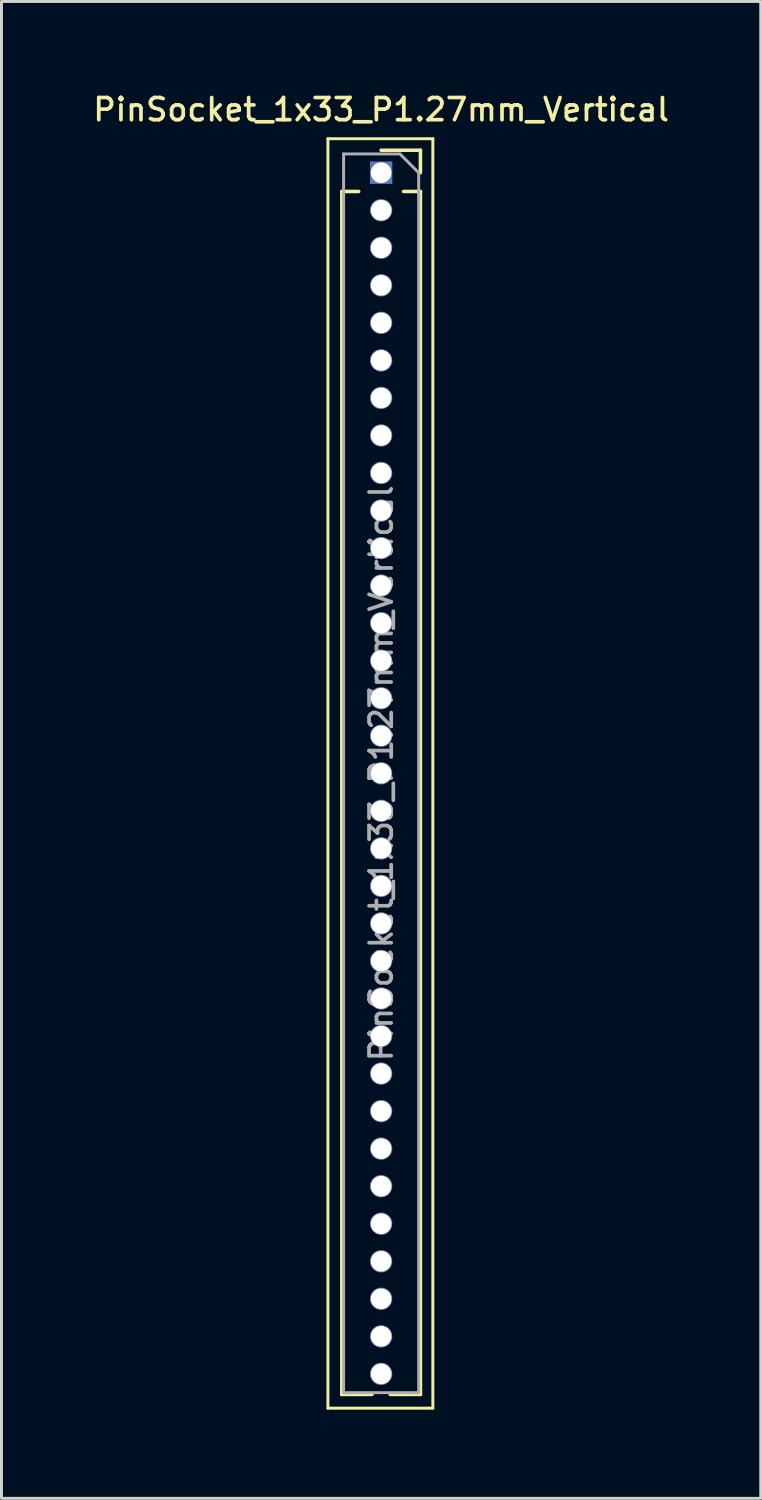
<source format=kicad_pcb>
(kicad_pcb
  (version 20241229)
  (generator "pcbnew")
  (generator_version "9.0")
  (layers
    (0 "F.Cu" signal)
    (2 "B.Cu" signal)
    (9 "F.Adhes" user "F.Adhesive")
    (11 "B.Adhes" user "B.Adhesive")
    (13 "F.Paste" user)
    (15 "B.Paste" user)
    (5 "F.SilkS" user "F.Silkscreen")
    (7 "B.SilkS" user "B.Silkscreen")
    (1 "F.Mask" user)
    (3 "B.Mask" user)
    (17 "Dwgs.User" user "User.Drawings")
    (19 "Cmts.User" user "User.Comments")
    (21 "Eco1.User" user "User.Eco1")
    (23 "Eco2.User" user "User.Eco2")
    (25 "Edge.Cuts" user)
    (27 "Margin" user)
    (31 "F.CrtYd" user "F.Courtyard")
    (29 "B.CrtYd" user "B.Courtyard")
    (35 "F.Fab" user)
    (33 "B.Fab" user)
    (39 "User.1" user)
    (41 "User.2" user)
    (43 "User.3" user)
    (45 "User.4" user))
  (footprint "PinSocket_1x33_P1.27mm_Vertical"
    (layer "F.Cu")
    (at 9.845 2.793)
    (property "Reference" "PinSocket_1x33_P1.27mm_Vertical" (at 0 -2.135 0) (layer "F.SilkS") (effects (font (size 0.75 0.75) (thickness 0.125))))
    (attr through_hole)
    (fp_line (start -1.8 -1.15) (end 1.75 -1.15) (stroke (width 0.1) (type solid)) (layer "F.SilkS"))
    (fp_line (start -1.8 41.8) (end -1.8 -1.15) (stroke (width 0.1) (type solid)) (layer "F.SilkS"))
    (fp_line (start -1.33 0.635) (end -1.33 41.335) (stroke (width 0.12) (type solid)) (layer "F.SilkS"))
    (fp_line (start -1.33 0.635) (end -0.76 0.635) (stroke (width 0.12) (type solid)) (layer "F.SilkS"))
    (fp_line (start -1.33 41.335) (end -0.308 41.335) (stroke (width 0.12) (type solid)) (layer "F.SilkS"))
    (fp_line (start 0 -0.76) (end 1.33 -0.76) (stroke (width 0.12) (type solid)) (layer "F.SilkS"))
    (fp_line (start 0.308 41.335) (end 1.33 41.335) (stroke (width 0.12) (type solid)) (layer "F.SilkS"))
    (fp_line (start 0.76 0.635) (end 1.33 0.635) (stroke (width 0.12) (type solid)) (layer "F.SilkS"))
    (fp_line (start 1.33 -0.76) (end 1.33 0) (stroke (width 0.12) (type solid)) (layer "F.SilkS"))
    (fp_line (start 1.33 0.635) (end 1.33 41.335) (stroke (width 0.12) (type solid)) (layer "F.SilkS"))
    (fp_line (start 1.75 -1.15) (end 1.75 41.8) (stroke (width 0.1) (type solid)) (layer "F.SilkS"))
    (fp_line (start 1.75 41.8) (end -1.8 41.8) (stroke (width 0.1) (type solid)) (layer "F.SilkS"))
    (fp_line (start -1.27 -0.635) (end 0.635 -0.635) (stroke (width 0.1) (type solid)) (layer "F.Fab"))
    (fp_line (start -1.27 41.275) (end -1.27 -0.635) (stroke (width 0.1) (type solid)) (layer "F.Fab"))
    (fp_line (start 0.635 -0.635) (end 1.27 0) (stroke (width 0.1) (type solid)) (layer "F.Fab"))
    (fp_line (start 1.27 0) (end 1.27 41.275) (stroke (width 0.1) (type solid)) (layer "F.Fab"))
    (fp_line (start 1.27 41.275) (end -1.27 41.275) (stroke (width 0.1) (type solid)) (layer "F.Fab"))
    (fp_text user "${REFERENCE}" (at 0 20.32 90) (layer "F.Fab") (effects (font (size 0.75 0.75) (thickness 0.125))))
    (pad "1" thru_hole rect (at 0 0) (size 0.75 0.75) (drill 0.7) (layers "*.Cu" "*.Mask"))
    (pad "2" thru_hole oval (at 0 1.27) (size 0.75 0.75) (drill 0.7) (layers "*.Cu" "*.Mask"))
    (pad "3" thru_hole oval (at 0 2.54) (size 0.75 0.75) (drill 0.7) (layers "*.Cu" "*.Mask"))
    (pad "4" thru_hole oval (at 0 3.81) (size 0.75 0.75) (drill 0.7) (layers "*.Cu" "*.Mask"))
    (pad "5" thru_hole oval (at 0 5.08) (size 0.75 0.75) (drill 0.7) (layers "*.Cu" "*.Mask"))
    (pad "6" thru_hole oval (at 0 6.35) (size 0.75 0.75) (drill 0.7) (layers "*.Cu" "*.Mask"))
    (pad "7" thru_hole oval (at 0 7.62) (size 0.75 0.75) (drill 0.7) (layers "*.Cu" "*.Mask"))
    (pad "8" thru_hole oval (at 0 8.89) (size 0.75 0.75) (drill 0.7) (layers "*.Cu" "*.Mask"))
    (pad "9" thru_hole oval (at 0 10.16) (size 0.75 0.75) (drill 0.7) (layers "*.Cu" "*.Mask"))
    (pad "10" thru_hole oval (at 0 11.43) (size 0.75 0.75) (drill 0.7) (layers "*.Cu" "*.Mask"))
    (pad "11" thru_hole oval (at 0 12.7) (size 0.75 0.75) (drill 0.7) (layers "*.Cu" "*.Mask"))
    (pad "12" thru_hole oval (at 0 13.97) (size 0.75 0.75) (drill 0.7) (layers "*.Cu" "*.Mask"))
    (pad "13" thru_hole oval (at 0 15.24) (size 0.75 0.75) (drill 0.7) (layers "*.Cu" "*.Mask"))
    (pad "14" thru_hole oval (at 0 16.51) (size 0.75 0.75) (drill 0.7) (layers "*.Cu" "*.Mask"))
    (pad "15" thru_hole oval (at 0 17.78) (size 0.75 0.75) (drill 0.7) (layers "*.Cu" "*.Mask"))
    (pad "16" thru_hole oval (at 0 19.05) (size 0.75 0.75) (drill 0.7) (layers "*.Cu" "*.Mask"))
    (pad "17" thru_hole oval (at 0 20.32) (size 0.75 0.75) (drill 0.7) (layers "*.Cu" "*.Mask"))
    (pad "18" thru_hole oval (at 0 21.59) (size 0.75 0.75) (drill 0.7) (layers "*.Cu" "*.Mask"))
    (pad "19" thru_hole oval (at 0 22.86) (size 0.75 0.75) (drill 0.7) (layers "*.Cu" "*.Mask"))
    (pad "20" thru_hole oval (at 0 24.13) (size 0.75 0.75) (drill 0.7) (layers "*.Cu" "*.Mask"))
    (pad "21" thru_hole oval (at 0 25.4) (size 0.75 0.75) (drill 0.7) (layers "*.Cu" "*.Mask"))
    (pad "22" thru_hole oval (at 0 26.67) (size 0.75 0.75) (drill 0.7) (layers "*.Cu" "*.Mask"))
    (pad "23" thru_hole oval (at 0 27.94) (size 0.75 0.75) (drill 0.7) (layers "*.Cu" "*.Mask"))
    (pad "24" thru_hole oval (at 0 29.21) (size 0.75 0.75) (drill 0.7) (layers "*.Cu" "*.Mask"))
    (pad "25" thru_hole oval (at 0 30.48) (size 0.75 0.75) (drill 0.7) (layers "*.Cu" "*.Mask"))
    (pad "26" thru_hole oval (at 0 31.75) (size 0.75 0.75) (drill 0.7) (layers "*.Cu" "*.Mask"))
    (pad "27" thru_hole oval (at 0 33.02) (size 0.75 0.75) (drill 0.7) (layers "*.Cu" "*.Mask"))
    (pad "28" thru_hole oval (at 0 34.29) (size 0.75 0.75) (drill 0.7) (layers "*.Cu" "*.Mask"))
    (pad "29" thru_hole oval (at 0 35.56) (size 0.75 0.75) (drill 0.7) (layers "*.Cu" "*.Mask"))
    (pad "30" thru_hole oval (at 0 36.83) (size 0.75 0.75) (drill 0.7) (layers "*.Cu" "*.Mask"))
    (pad "31" thru_hole oval (at 0 38.1) (size 0.75 0.75) (drill 0.7) (layers "*.Cu" "*.Mask"))
    (pad "32" thru_hole oval (at 0 39.37) (size 0.75 0.75) (drill 0.7) (layers "*.Cu" "*.Mask"))
    (pad "33" thru_hole oval (at 0 40.64) (size 0.75 0.75) (drill 0.7) (layers "*.Cu" "*.Mask")))
  (gr_rect
    (start -3 -3)
    (end 22.689 47.643)
    (stroke (width 0.1) (type default))
    (fill no)
    (layer "Edge.Cuts")))
</source>
